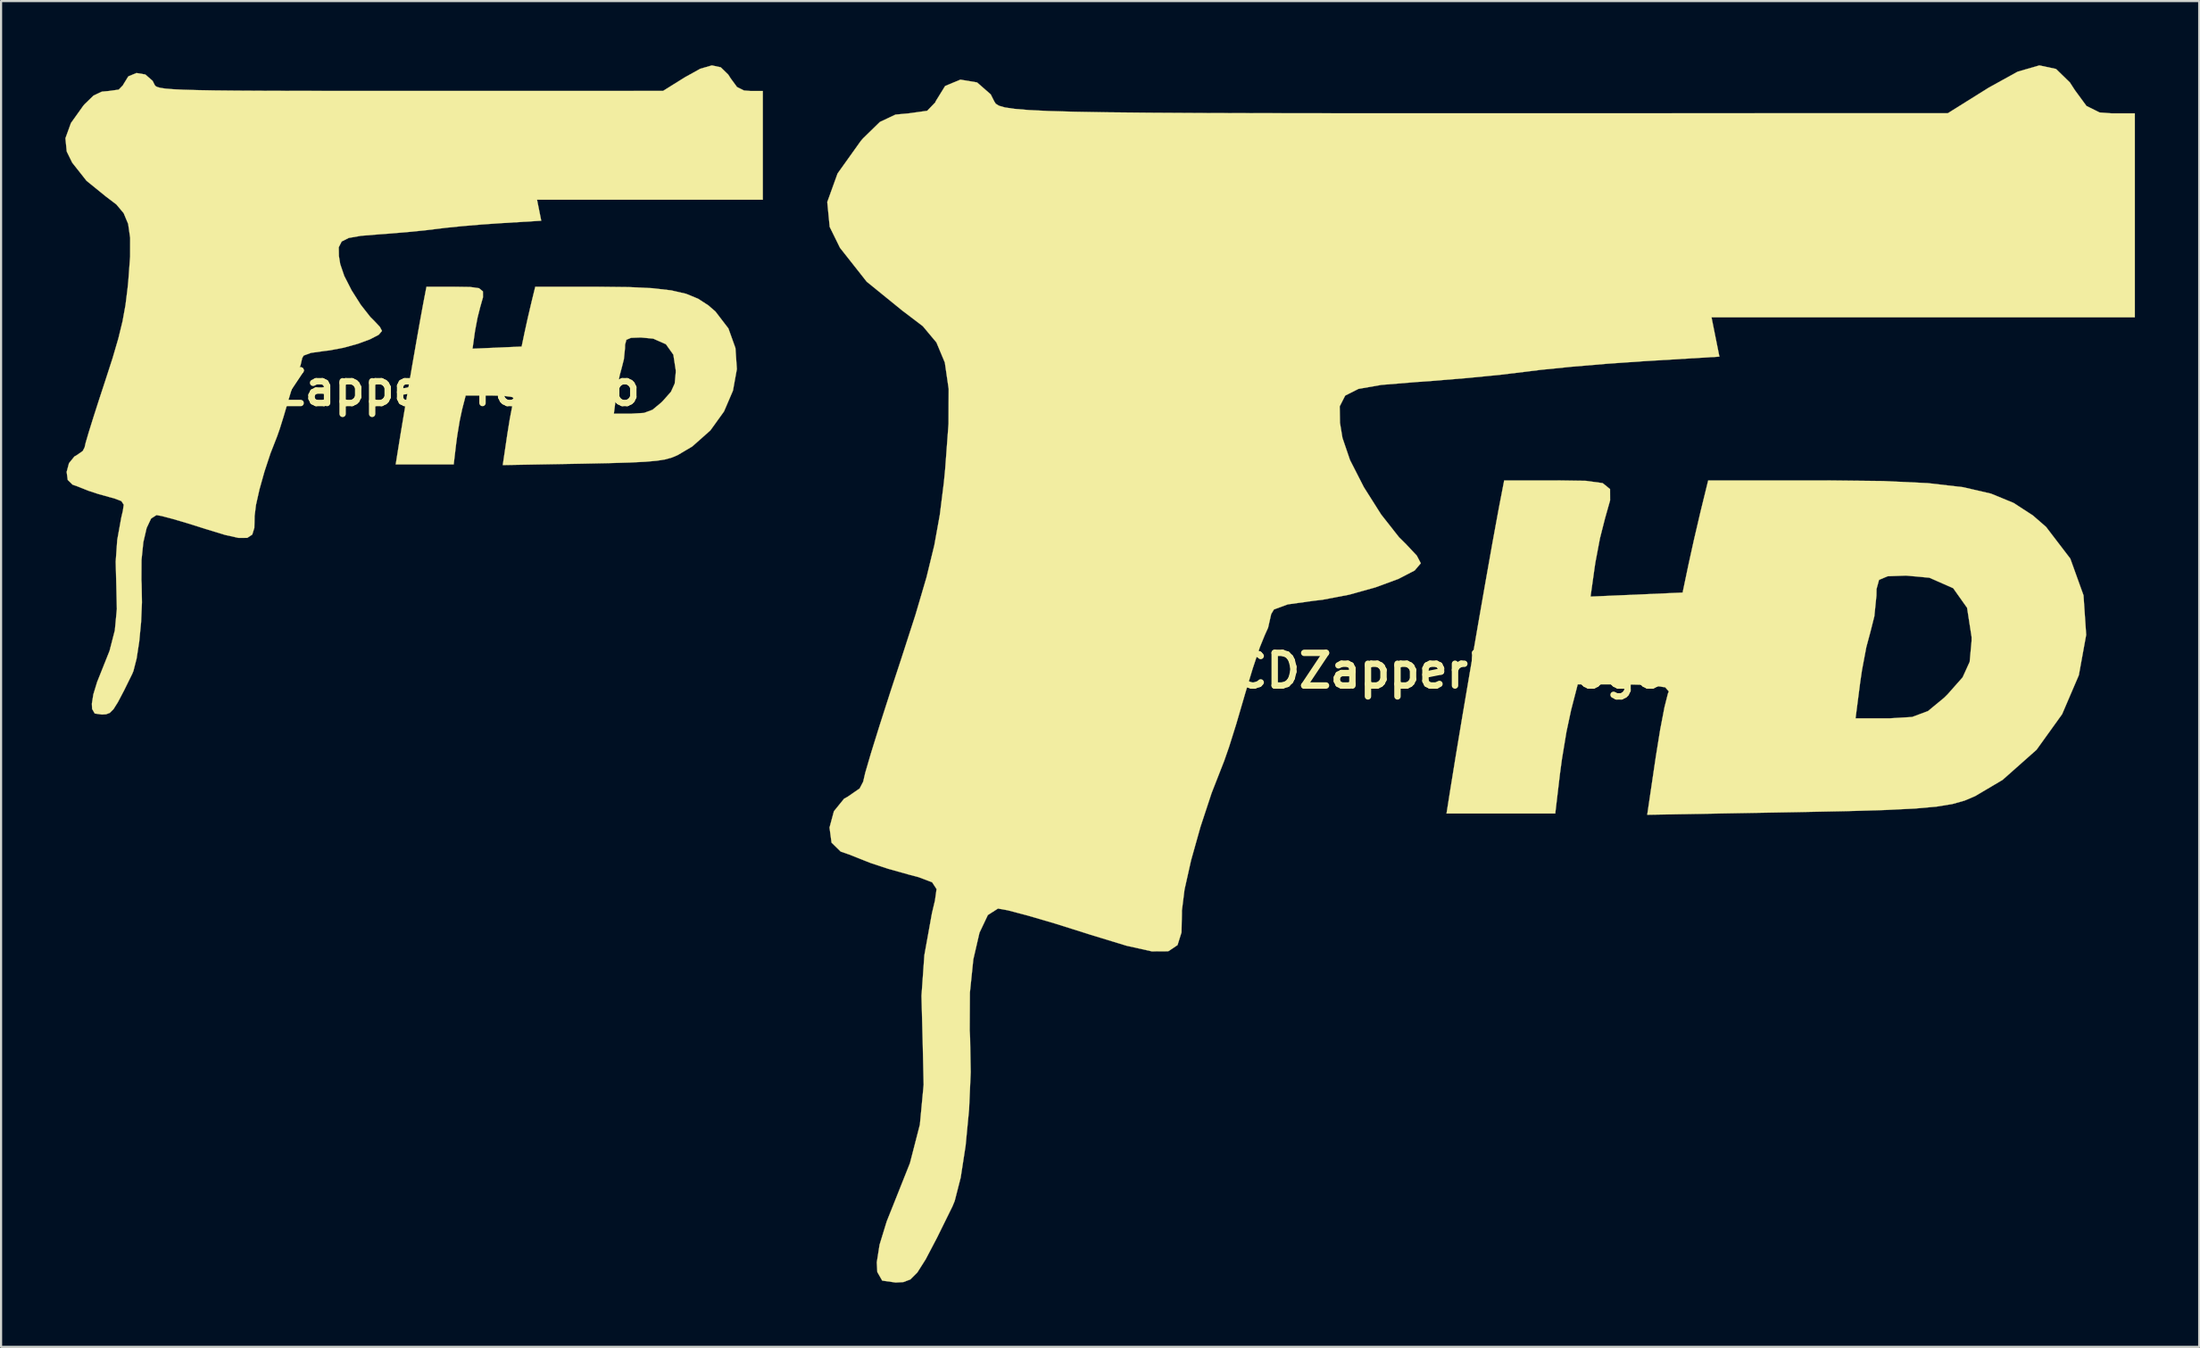
<source format=kicad_pcb>
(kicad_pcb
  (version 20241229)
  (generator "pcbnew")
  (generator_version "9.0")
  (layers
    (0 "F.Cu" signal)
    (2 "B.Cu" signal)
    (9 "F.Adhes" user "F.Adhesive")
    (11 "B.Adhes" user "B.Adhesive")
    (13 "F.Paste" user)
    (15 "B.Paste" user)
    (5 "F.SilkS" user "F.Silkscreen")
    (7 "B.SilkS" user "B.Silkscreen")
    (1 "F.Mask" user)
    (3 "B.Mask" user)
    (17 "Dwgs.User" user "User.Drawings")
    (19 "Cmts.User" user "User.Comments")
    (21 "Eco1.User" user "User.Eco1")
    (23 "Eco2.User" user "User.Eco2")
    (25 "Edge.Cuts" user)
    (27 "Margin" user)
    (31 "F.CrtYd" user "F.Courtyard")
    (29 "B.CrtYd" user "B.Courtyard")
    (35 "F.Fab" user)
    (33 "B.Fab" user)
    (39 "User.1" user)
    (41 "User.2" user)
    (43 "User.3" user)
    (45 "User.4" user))
  (footprint "LCDZapperProLogo"
    (layer "F.Cu")
    (at 16.14 15.085)
    (property "Reference" "LCDZapperProLogo" (at 0 0 0) (layer "F.SilkS") (effects (font (size 1.524 1.524) (thickness 0.3))))
    (attr through_hole)
    (fp_poly (pts (xy 2.758 -4.731) (xy 3.175 -4.673) (xy 3.358 -4.525) (xy 3.359 -4.245) (xy 3.231 -3.793) (xy 3.106 -3.299) (xy 2.993 -2.701) (xy 2.974 -2.575) (xy 2.872 -1.847) (xy 4.018 -1.897) (xy 5.165 -1.947) (xy 5.307 -2.625) (xy 5.446 -3.257) (xy 5.603 -3.928) (xy 5.625 -4.022) (xy 5.801 -4.741) (xy 8.759 -4.741) (xy 10.159 -4.726) (xy 11.272 -4.673) (xy 12.15 -4.572) (xy 12.845 -4.412) (xy 13.406 -4.181) (xy 13.885 -3.87) (xy 14.214 -3.584) (xy 14.819 -2.794) (xy 15.147 -1.88) (xy 15.214 -0.895) (xy 15.032 0.11) (xy 14.615 1.082) (xy 13.977 1.969) (xy 13.132 2.719) (xy 12.446 3.125) (xy 12.185 3.235) (xy 11.881 3.321) (xy 11.485 3.385) (xy 10.947 3.433) (xy 10.217 3.469) (xy 9.246 3.497) (xy 8.026 3.522) (xy 4.284 3.588) (xy 4.498 2.14) (xy 4.607 1.463) (xy 4.66 1.185) (xy 9.471 1.185) (xy 10.318 1.185) (xy 10.879 1.152) (xy 11.275 1.005) (xy 11.676 0.673) (xy 11.763 0.587) (xy 12.137 0.164) (xy 12.313 -0.222) (xy 12.361 -0.74) (xy 12.361 -0.84) (xy 12.249 -1.568) (xy 11.902 -2.056) (xy 11.31 -2.317) (xy 10.73 -2.371) (xy 10.27 -2.354) (xy 10.056 -2.264) (xy 9.994 -2.036) (xy 9.991 -1.874) (xy 9.939 -1.357) (xy 9.845 -0.985) (xy 9.739 -0.589) (xy 9.632 -0.021) (xy 9.586 0.296) (xy 9.471 1.185) (xy 4.66 1.185) (xy 4.713 0.909) (xy 4.799 0.569) (xy 4.821 0.516) (xy 4.732 0.412) (xy 4.312 0.353) (xy 3.742 0.339) (xy 2.553 0.339) (xy 2.389 0.974) (xy 2.273 1.515) (xy 2.16 2.198) (xy 2.108 2.582) (xy 1.993 3.556) (xy -0.714 3.556) (xy -0.627 3.006) (xy -0.494 2.182) (xy -0.324 1.163) (xy -0.133 0.033) (xy 0.067 -1.125) (xy 0.259 -2.226) (xy 0.43 -3.188) (xy 0.565 -3.927) (xy 0.599 -4.106) (xy 0.722 -4.741) (xy 2.054 -4.741) (xy 2.758 -4.731)) (stroke (width 0.01) (type solid)) (fill yes) (layer "F.SilkS"))
    (fp_poly (pts (xy 14.463 -14.991) (xy 14.808 -14.656) (xy 14.932 -14.464) (xy 15.222 -14.07) (xy 15.548 -13.908) (xy 15.849 -13.885) (xy 16.425 -13.885) (xy 16.425 -8.805) (xy 5.884 -8.805) (xy 6.08 -7.825) (xy 4.183 -7.71) (xy 3.287 -7.648) (xy 2.396 -7.573) (xy 1.636 -7.496) (xy 1.27 -7.451) (xy 0.64 -7.375) (xy -0.189 -7.293) (xy -1.079 -7.219) (xy -1.476 -7.191) (xy -2.337 -7.121) (xy -2.908 -7.021) (xy -3.237 -6.855) (xy -3.374 -6.586) (xy -3.367 -6.175) (xy -3.305 -5.799) (xy -3.118 -5.249) (xy -2.773 -4.573) (xy -2.342 -3.893) (xy -1.899 -3.329) (xy -1.718 -3.149) (xy -1.454 -2.867) (xy -1.355 -2.677) (xy -1.508 -2.498) (xy -1.911 -2.288) (xy -2.483 -2.077) (xy -3.141 -1.895) (xy -3.802 -1.769) (xy -4.016 -1.744) (xy -4.669 -1.653) (xy -5.011 -1.528) (xy -5.08 -1.413) (xy -5.158 -1.072) (xy -5.24 -0.887) (xy -5.363 -0.587) (xy -5.538 -0.065) (xy -5.731 0.575) (xy -5.76 0.677) (xy -5.953 1.334) (xy -6.129 1.897) (xy -6.255 2.257) (xy -6.267 2.286) (xy -6.563 3.044) (xy -6.842 3.889) (xy -7.076 4.723) (xy -7.239 5.451) (xy -7.304 5.977) (xy -7.304 6.032) (xy -7.314 6.519) (xy -7.412 6.834) (xy -7.644 6.988) (xy -8.053 6.99) (xy -8.683 6.85) (xy -9.581 6.576) (xy -9.696 6.539) (xy -10.47 6.296) (xy -11.144 6.098) (xy -11.643 5.967) (xy -11.884 5.924) (xy -12.136 6.086) (xy -12.344 6.527) (xy -12.498 7.191) (xy -12.583 8.019) (xy -12.588 8.955) (xy -12.578 9.147) (xy -12.563 9.999) (xy -12.603 10.927) (xy -12.69 11.834) (xy -12.812 12.626) (xy -12.961 13.208) (xy -13.016 13.341) (xy -13.405 14.13) (xy -13.685 14.663) (xy -13.892 14.991) (xy -14.065 15.163) (xy -14.24 15.229) (xy -14.432 15.24) (xy -14.767 15.192) (xy -14.889 14.979) (xy -14.901 14.737) (xy -14.832 14.299) (xy -14.654 13.717) (xy -14.503 13.34) (xy -14.075 12.266) (xy -13.828 11.307) (xy -13.734 10.312) (xy -13.758 9.263) (xy -13.788 8.099) (xy -13.716 7.084) (xy -13.528 6.042) (xy -13.454 5.726) (xy -13.413 5.439) (xy -13.523 5.27) (xy -13.859 5.143) (xy -14.079 5.084) (xy -14.616 4.934) (xy -15.06 4.788) (xy -15.155 4.75) (xy -15.588 4.578) (xy -15.801 4.504) (xy -16.028 4.282) (xy -16.078 3.906) (xy -15.969 3.5) (xy -15.717 3.189) (xy -15.621 3.135) (xy -15.328 2.932) (xy -15.24 2.763) (xy -15.189 2.542) (xy -15.047 2.057) (xy -14.831 1.364) (xy -14.56 0.519) (xy -14.312 -0.237) (xy -13.937 -1.394) (xy -13.664 -2.327) (xy -13.469 -3.126) (xy -13.331 -3.884) (xy -13.231 -4.692) (xy -13.199 -5.012) (xy -13.114 -6.154) (xy -13.112 -7.023) (xy -13.207 -7.678) (xy -13.416 -8.178) (xy -13.754 -8.583) (xy -14.237 -8.95) (xy -14.248 -8.958) (xy -15.152 -9.692) (xy -15.818 -10.536) (xy -16.074 -11.058) (xy -16.135 -11.677) (xy -15.878 -12.388) (xy -15.301 -13.197) (xy -15.244 -13.263) (xy -14.823 -13.672) (xy -14.435 -13.854) (xy -14.106 -13.885) (xy -13.647 -13.949) (xy -13.444 -14.159) (xy -13.437 -14.182) (xy -13.199 -14.567) (xy -12.819 -14.725) (xy -12.405 -14.656) (xy -12.064 -14.359) (xy -11.975 -14.182) (xy -11.938 -14.124) (xy -11.857 -14.075) (xy -11.709 -14.033) (xy -11.47 -13.997) (xy -11.118 -13.968) (xy -10.627 -13.944) (xy -9.975 -13.926) (xy -9.139 -13.911) (xy -8.095 -13.901) (xy -6.819 -13.894) (xy -5.287 -13.89) (xy -3.478 -13.888) (xy -1.366 -13.887) (xy -0.048 -13.887) (xy 11.769 -13.889) (xy 12.785 -14.524) (xy 13.507 -14.924) (xy 14.048 -15.08) (xy 14.463 -14.991)) (stroke (width 0.01) (type solid)) (fill yes) (layer "F.SilkS")))
  (footprint "LCDZapperProLogoBig"
    (layer "F.Cu")
    (at 65.827 28.28)
    (property "Reference" "LCDZapperProLogoBig" (at 0 0 0) (layer "F.SilkS") (effects (font (size 1.524 1.524) (thickness 0.3))))
    (attr through_hole)
    (fp_poly (pts (xy 5.171 -8.871) (xy 5.953 -8.763) (xy 6.296 -8.485) (xy 6.298 -7.959) (xy 6.059 -7.112) (xy 5.824 -6.186) (xy 5.612 -5.064) (xy 5.576 -4.827) (xy 5.385 -3.463) (xy 9.684 -3.651) (xy 9.95 -4.921) (xy 10.211 -6.107) (xy 10.505 -7.365) (xy 10.547 -7.541) (xy 10.878 -8.89) (xy 16.423 -8.89) (xy 19.048 -8.862) (xy 21.135 -8.763) (xy 22.782 -8.573) (xy 24.084 -8.272) (xy 25.136 -7.84) (xy 26.035 -7.256) (xy 26.652 -6.72) (xy 27.785 -5.238) (xy 28.401 -3.525) (xy 28.526 -1.677) (xy 28.184 0.206) (xy 27.403 2.029) (xy 26.208 3.692) (xy 24.623 5.098) (xy 23.336 5.859) (xy 22.847 6.066) (xy 22.278 6.226) (xy 21.535 6.347) (xy 20.525 6.437) (xy 19.157 6.504) (xy 17.336 6.557) (xy 15.049 6.603) (xy 8.032 6.727) (xy 8.433 4.013) (xy 8.638 2.743) (xy 8.738 2.223) (xy 17.758 2.223) (xy 19.346 2.223) (xy 20.398 2.16) (xy 21.14 1.884) (xy 21.892 1.263) (xy 22.056 1.101) (xy 22.757 0.308) (xy 23.087 -0.416) (xy 23.176 -1.388) (xy 23.177 -1.575) (xy 22.966 -2.94) (xy 22.317 -3.856) (xy 21.205 -4.345) (xy 20.118 -4.445) (xy 19.257 -4.414) (xy 18.855 -4.245) (xy 18.738 -3.818) (xy 18.733 -3.513) (xy 18.636 -2.545) (xy 18.46 -1.846) (xy 18.261 -1.104) (xy 18.06 -0.039) (xy 17.973 0.556) (xy 17.758 2.223) (xy 8.738 2.223) (xy 8.837 1.705) (xy 8.998 1.067) (xy 9.04 0.967) (xy 8.872 0.773) (xy 8.085 0.663) (xy 7.016 0.635) (xy 4.787 0.635) (xy 4.479 1.826) (xy 4.262 2.841) (xy 4.05 4.121) (xy 3.953 4.842) (xy 3.737 6.668) (xy -1.339 6.668) (xy -1.176 5.636) (xy -0.926 4.091) (xy -0.608 2.18) (xy -0.248 0.061) (xy 0.125 -2.109) (xy 0.486 -4.175) (xy 0.806 -5.978) (xy 1.06 -7.363) (xy 1.123 -7.699) (xy 1.353 -8.89) (xy 3.852 -8.89) (xy 5.171 -8.871)) (stroke (width 0.01) (type solid)) (fill yes) (layer "F.SilkS"))
    (fp_poly (pts (xy 27.119 -28.109) (xy 27.765 -27.48) (xy 27.997 -27.121) (xy 28.541 -26.381) (xy 29.153 -26.077) (xy 29.718 -26.035) (xy 30.797 -26.035) (xy 30.797 -16.51) (xy 11.033 -16.51) (xy 11.217 -15.591) (xy 11.401 -14.672) (xy 7.843 -14.457) (xy 6.163 -14.34) (xy 4.492 -14.199) (xy 3.067 -14.056) (xy 2.381 -13.97) (xy 1.201 -13.828) (xy -0.354 -13.675) (xy -2.024 -13.537) (xy -2.767 -13.484) (xy -4.382 -13.352) (xy -5.452 -13.165) (xy -6.07 -12.853) (xy -6.327 -12.348) (xy -6.314 -11.579) (xy -6.197 -10.873) (xy -5.846 -9.842) (xy -5.199 -8.575) (xy -4.392 -7.299) (xy -3.561 -6.242) (xy -3.221 -5.904) (xy -2.726 -5.376) (xy -2.54 -5.02) (xy -2.827 -4.683) (xy -3.584 -4.29) (xy -4.657 -3.895) (xy -5.889 -3.552) (xy -7.128 -3.316) (xy -7.531 -3.269) (xy -8.754 -3.099) (xy -9.396 -2.864) (xy -9.525 -2.649) (xy -9.67 -2.01) (xy -9.826 -1.663) (xy -10.055 -1.1) (xy -10.383 -0.121) (xy -10.746 1.079) (xy -10.801 1.27) (xy -11.161 2.501) (xy -11.492 3.556) (xy -11.728 4.233) (xy -11.75 4.286) (xy -12.306 5.708) (xy -12.828 7.292) (xy -13.267 8.856) (xy -13.572 10.221) (xy -13.695 11.206) (xy -13.694 11.311) (xy -13.713 12.222) (xy -13.898 12.814) (xy -14.332 13.103) (xy -15.099 13.107) (xy -16.281 12.844) (xy -17.963 12.331) (xy -18.18 12.261) (xy -19.631 11.804) (xy -20.895 11.434) (xy -21.83 11.188) (xy -22.282 11.108) (xy -22.754 11.41) (xy -23.146 12.238) (xy -23.433 13.482) (xy -23.593 15.036) (xy -23.602 16.79) (xy -23.584 17.15) (xy -23.555 18.749) (xy -23.631 20.488) (xy -23.794 22.189) (xy -24.023 23.674) (xy -24.302 24.764) (xy -24.405 25.015) (xy -25.134 26.494) (xy -25.659 27.494) (xy -26.048 28.108) (xy -26.371 28.431) (xy -26.7 28.555) (xy -27.06 28.575) (xy -27.687 28.486) (xy -27.916 28.085) (xy -27.94 27.632) (xy -27.81 26.81) (xy -27.476 25.72) (xy -27.193 25.013) (xy -26.391 22.998) (xy -25.928 21.2) (xy -25.752 19.336) (xy -25.796 17.367) (xy -25.853 15.185) (xy -25.718 13.283) (xy -25.365 11.328) (xy -25.225 10.737) (xy -25.149 10.198) (xy -25.355 9.881) (xy -25.985 9.642) (xy -26.399 9.533) (xy -27.404 9.252) (xy -28.237 8.977) (xy -28.416 8.906) (xy -29.228 8.584) (xy -29.627 8.445) (xy -30.052 8.029) (xy -30.147 7.324) (xy -29.942 6.563) (xy -29.469 5.979) (xy -29.289 5.878) (xy -28.74 5.498) (xy -28.575 5.181) (xy -28.479 4.767) (xy -28.213 3.857) (xy -27.809 2.557) (xy -27.301 0.974) (xy -26.834 -0.445) (xy -26.133 -2.615) (xy -25.619 -4.363) (xy -25.254 -5.862) (xy -24.997 -7.283) (xy -24.808 -8.797) (xy -24.749 -9.397) (xy -24.59 -11.538) (xy -24.584 -13.168) (xy -24.763 -14.396) (xy -25.155 -15.334) (xy -25.789 -16.093) (xy -26.694 -16.782) (xy -26.715 -16.795) (xy -28.411 -18.173) (xy -29.658 -19.755) (xy -30.139 -20.733) (xy -30.252 -21.894) (xy -29.771 -23.227) (xy -28.689 -24.743) (xy -28.582 -24.867) (xy -27.794 -25.635) (xy -27.066 -25.977) (xy -26.449 -26.035) (xy -25.587 -26.155) (xy -25.208 -26.549) (xy -25.195 -26.591) (xy -24.749 -27.314) (xy -24.036 -27.61) (xy -23.258 -27.48) (xy -22.621 -26.923) (xy -22.453 -26.591) (xy -22.384 -26.483) (xy -22.232 -26.39) (xy -21.955 -26.311) (xy -21.507 -26.245) (xy -20.845 -26.19) (xy -19.926 -26.145) (xy -18.704 -26.111) (xy -17.136 -26.084) (xy -15.177 -26.065) (xy -12.785 -26.051) (xy -9.914 -26.043) (xy -6.521 -26.039) (xy -2.561 -26.038) (xy -0.089 -26.038) (xy 22.066 -26.041) (xy 23.971 -27.233) (xy 25.326 -27.982) (xy 26.341 -28.275) (xy 27.119 -28.109)) (stroke (width 0.01) (type solid)) (fill yes) (layer "F.SilkS")))
  (gr_rect
    (start -3 -3)
    (end 99.63 59.86)
    (stroke (width 0.1) (type default))
    (fill no)
    (layer "Edge.Cuts")))
</source>
